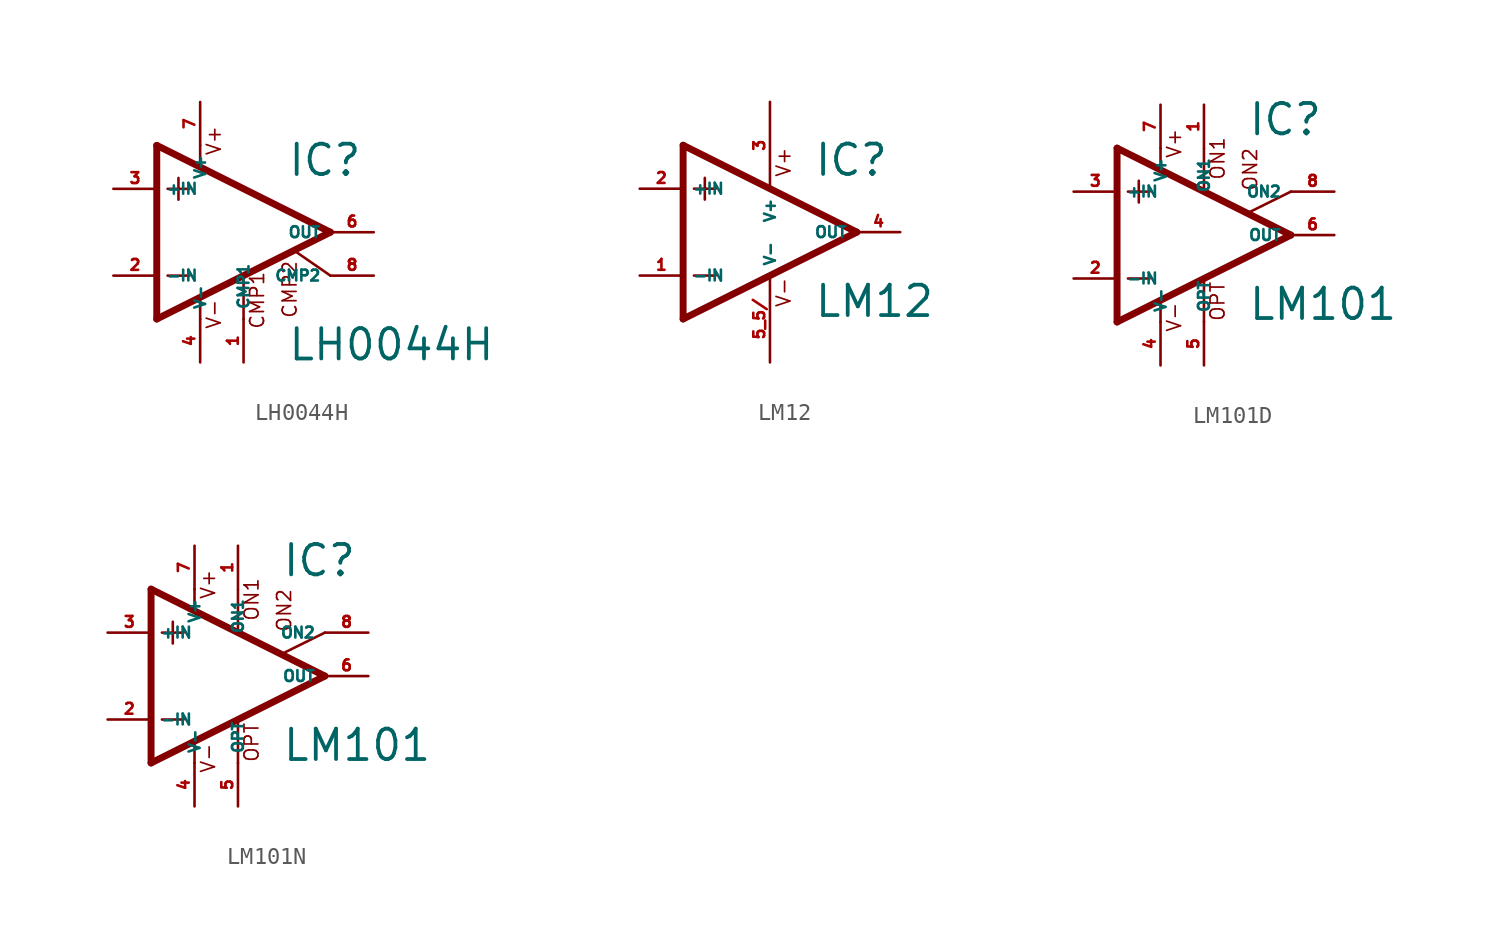
<source format=kicad_sym>
(kicad_symbol_lib
  (version 20220914)
  (generator Eagle2Kicad)
  (symbol "LH0044H"
    (property "Reference" "IC"
      (at 2.54 3.175 0)
      (effects (font (size 1.778 1.778) (thickness 0.22)) (justify left bottom)))
    (property "Value" "LH0044H"
      (at 2.54 -7.62 0)
      (effects (font (size 1.778 1.778) (thickness 0.22)) (justify left bottom)))
    (polyline
      (pts (xy 0 -2.616) (xy 0 -5.08))
      (stroke (width 0.152) (type default))
      (fill (type none)))
    (polyline
      (pts (xy -2.54 5.08) (xy -2.54 3.886))
      (stroke (width 0.152) (type default))
      (fill (type none)))
    (polyline
      (pts (xy -5.08 5.08) (xy -5.08 -5.08))
      (stroke (width 0.406) (type default))
      (fill (type none)))
    (polyline
      (pts (xy -5.08 -5.08) (xy 5.08 0))
      (stroke (width 0.406) (type default))
      (fill (type none)))
    (polyline
      (pts (xy 5.08 0) (xy -5.08 5.08))
      (stroke (width 0.406) (type default))
      (fill (type none)))
    (polyline
      (pts (xy -3.81 3.175) (xy -3.81 1.905))
      (stroke (width 0.152) (type default))
      (fill (type none)))
    (polyline
      (pts (xy -4.445 2.54) (xy -3.175 2.54))
      (stroke (width 0.152) (type default))
      (fill (type none)))
    (polyline
      (pts (xy -4.445 -2.54) (xy -3.175 -2.54))
      (stroke (width 0.152) (type default))
      (fill (type none)))
    (polyline
      (pts (xy 5.08 -2.54) (xy 3.023 -1.118))
      (stroke (width 0.152) (type default))
      (fill (type none)))
    (polyline
      (pts (xy -2.54 -3.886) (xy -2.54 -5.08))
      (stroke (width 0.152) (type default))
      (fill (type none)))
    (text "CMP1"
      (at 1.27 -5.715 900)
      (effects (font (size 0.813 0.813) (thickness 0.10)) (justify left bottom)))
    (text "CMP2"
      (at 3.175 -5.08 900)
      (effects (font (size 0.813 0.813) (thickness 0.10)) (justify left bottom)))
    (text "V+"
      (at -1.27 4.445 900)
      (effects (font (size 0.813 0.813) (thickness 0.10)) (justify left bottom)))
    (text "V-"
      (at -1.27 -5.715 900)
      (effects (font (size 0.813 0.813) (thickness 0.10)) (justify left bottom)))
    (pin passive line
      (at 0 -7.62 90)
      (length 2.54)
      (name "CMP1" (effects (font (size 0.635 0.635) (thickness 0.08)) (justify left bottom)))
      (number "1" (effects (font (size 0.635 0.635) (thickness 0.08)) (justify left bottom))))
    (pin input line
      (at -7.62 -2.54 0)
      (length 2.54)
      (name "-IN" (effects (font (size 0.635 0.635) (thickness 0.08)) (justify left bottom)))
      (number "2" (effects (font (size 0.635 0.635) (thickness 0.08)) (justify left bottom))))
    (pin input line
      (at -7.62 2.54 0)
      (length 2.54)
      (name "+IN" (effects (font (size 0.635 0.635) (thickness 0.08)) (justify left bottom)))
      (number "3" (effects (font (size 0.635 0.635) (thickness 0.08)) (justify left bottom))))
    (pin passive line
      (at 7.62 -2.54 180)
      (length 2.54)
      (name "CMP2" (effects (font (size 0.635 0.635) (thickness 0.08)) (justify left bottom)))
      (number "8" (effects (font (size 0.635 0.635) (thickness 0.08)) (justify left bottom))))
    (pin output line
      (at 7.62 0 180)
      (length 2.54)
      (name "OUT" (effects (font (size 0.635 0.635) (thickness 0.08)) (justify left bottom)))
      (number "6" (effects (font (size 0.635 0.635) (thickness 0.08)) (justify left bottom))))
    (pin unspecified line
      (at -2.54 7.62 270)
      (length 2.54)
      (name "V+" (effects (font (size 0.635 0.635) (thickness 0.08)) (justify left bottom)))
      (number "7" (effects (font (size 0.635 0.635) (thickness 0.08)) (justify left bottom))))
    (pin unspecified line
      (at -2.54 -7.62 90)
      (length 2.54)
      (name "V-" (effects (font (size 0.635 0.635) (thickness 0.08)) (justify left bottom)))
      (number "4" (effects (font (size 0.635 0.635) (thickness 0.08)) (justify left bottom)))))
  (symbol "LM12"
    (property "Reference" "IC"
      (at 2.54 3.175 0)
      (effects (font (size 1.778 1.778) (thickness 0.22)) (justify left bottom)))
    (property "Value" "LM12"
      (at 2.54 -5.08 0)
      (effects (font (size 1.778 1.778) (thickness 0.22)) (justify left bottom)))
    (polyline
      (pts (xy -5.08 5.08) (xy -5.08 -5.08))
      (stroke (width 0.406) (type default))
      (fill (type none)))
    (polyline
      (pts (xy -5.08 -5.08) (xy 5.08 0))
      (stroke (width 0.406) (type default))
      (fill (type none)))
    (polyline
      (pts (xy 5.08 0) (xy -5.08 5.08))
      (stroke (width 0.406) (type default))
      (fill (type none)))
    (polyline
      (pts (xy -3.81 3.175) (xy -3.81 1.905))
      (stroke (width 0.152) (type default))
      (fill (type none)))
    (polyline
      (pts (xy -4.445 2.54) (xy -3.175 2.54))
      (stroke (width 0.152) (type default))
      (fill (type none)))
    (polyline
      (pts (xy -4.445 -2.54) (xy -3.175 -2.54))
      (stroke (width 0.152) (type default))
      (fill (type none)))
    (text "V+"
      (at 1.27 3.175 900)
      (effects (font (size 0.813 0.813) (thickness 0.10)) (justify left bottom)))
    (text "V-"
      (at 1.27 -4.445 900)
      (effects (font (size 0.813 0.813) (thickness 0.10)) (justify left bottom)))
    (pin input line
      (at -7.62 -2.54 0)
      (length 2.54)
      (name "-IN" (effects (font (size 0.635 0.635) (thickness 0.08)) (justify left bottom)))
      (number "1" (effects (font (size 0.635 0.635) (thickness 0.08)) (justify left bottom))))
    (pin input line
      (at -7.62 2.54 0)
      (length 2.54)
      (name "+IN" (effects (font (size 0.635 0.635) (thickness 0.08)) (justify left bottom)))
      (number "2" (effects (font (size 0.635 0.635) (thickness 0.08)) (justify left bottom))))
    (pin output line
      (at 7.62 0 180)
      (length 2.54)
      (name "OUT" (effects (font (size 0.635 0.635) (thickness 0.08)) (justify left bottom)))
      (number "4" (effects (font (size 0.635 0.635) (thickness 0.08)) (justify left bottom))))
    (pin unspecified line
      (at 0 7.62 270)
      (length 5.08)
      (name "V+" (effects (font (size 0.635 0.635) (thickness 0.08)) (justify left bottom)))
      (number "3" (effects (font (size 0.635 0.635) (thickness 0.08)) (justify left bottom))))
    (pin unspecified line
      (at 0 -7.62 90)
      (length 5.08)
      (name "V-" (effects (font (size 0.635 0.635) (thickness 0.08)) (justify left bottom)))
      (number "5 5/" (effects (font (size 0.635 0.635) (thickness 0.08)) (justify left bottom)))))
  (symbol "LM101D"
    (property "Reference" "IC"
      (at 2.54 5.715 0)
      (effects (font (size 1.778 1.778) (thickness 0.22)) (justify left bottom)))
    (property "Value" "LM101"
      (at 2.54 -5.08 0)
      (effects (font (size 1.778 1.778) (thickness 0.22)) (justify left bottom)))
    (polyline
      (pts (xy -3.81 3.175) (xy -3.81 1.905))
      (stroke (width 0.152) (type default))
      (fill (type none)))
    (polyline
      (pts (xy -4.445 2.54) (xy -3.175 2.54))
      (stroke (width 0.152) (type default))
      (fill (type none)))
    (polyline
      (pts (xy -4.445 -2.54) (xy -3.175 -2.54))
      (stroke (width 0.152) (type default))
      (fill (type none)))
    (polyline
      (pts (xy -2.54 5.08) (xy -2.54 3.886))
      (stroke (width 0.152) (type default))
      (fill (type none)))
    (polyline
      (pts (xy 0 5.055) (xy 0 2.616))
      (stroke (width 0.152) (type default))
      (fill (type none)))
    (polyline
      (pts (xy 0 -2.616) (xy 0 -5.08))
      (stroke (width 0.152) (type default))
      (fill (type none)))
    (polyline
      (pts (xy -2.54 -3.912) (xy -2.54 -5.08))
      (stroke (width 0.152) (type default))
      (fill (type none)))
    (polyline
      (pts (xy 5.08 2.54) (xy 2.616 1.321))
      (stroke (width 0.152) (type default))
      (fill (type none)))
    (polyline
      (pts (xy 5.08 0) (xy -5.08 5.08))
      (stroke (width 0.406) (type default))
      (fill (type none)))
    (polyline
      (pts (xy -5.08 5.08) (xy -5.08 -5.08))
      (stroke (width 0.406) (type default))
      (fill (type none)))
    (polyline
      (pts (xy -5.08 -5.08) (xy 5.08 0))
      (stroke (width 0.406) (type default))
      (fill (type none)))
    (text "ON1"
      (at 1.27 3.175 900)
      (effects (font (size 0.813 0.813) (thickness 0.10)) (justify left bottom)))
    (text "ON2"
      (at 3.175 2.54 900)
      (effects (font (size 0.813 0.813) (thickness 0.10)) (justify left bottom)))
    (text "OPT"
      (at 1.27 -5.08 900)
      (effects (font (size 0.813 0.813) (thickness 0.10)) (justify left bottom)))
    (text "V+"
      (at -1.27 4.445 900)
      (effects (font (size 0.813 0.813) (thickness 0.10)) (justify left bottom)))
    (text "V-"
      (at -1.27 -5.715 900)
      (effects (font (size 0.813 0.813) (thickness 0.10)) (justify left bottom)))
    (pin passive line
      (at 7.62 2.54 180)
      (length 2.54)
      (name "ON2" (effects (font (size 0.635 0.635) (thickness 0.08)) (justify left bottom)))
      (number "8" (effects (font (size 0.635 0.635) (thickness 0.08)) (justify left bottom))))
    (pin passive line
      (at 0 7.62 270)
      (length 2.54)
      (name "ON1" (effects (font (size 0.635 0.635) (thickness 0.08)) (justify left bottom)))
      (number "1" (effects (font (size 0.635 0.635) (thickness 0.08)) (justify left bottom))))
    (pin input line
      (at -7.62 -2.54 0)
      (length 2.54)
      (name "-IN" (effects (font (size 0.635 0.635) (thickness 0.08)) (justify left bottom)))
      (number "2" (effects (font (size 0.635 0.635) (thickness 0.08)) (justify left bottom))))
    (pin input line
      (at -7.62 2.54 0)
      (length 2.54)
      (name "+IN" (effects (font (size 0.635 0.635) (thickness 0.08)) (justify left bottom)))
      (number "3" (effects (font (size 0.635 0.635) (thickness 0.08)) (justify left bottom))))
    (pin output line
      (at 7.62 0 180)
      (length 2.54)
      (name "OUT" (effects (font (size 0.635 0.635) (thickness 0.08)) (justify left bottom)))
      (number "6" (effects (font (size 0.635 0.635) (thickness 0.08)) (justify left bottom))))
    (pin passive line
      (at 0 -7.62 90)
      (length 2.54)
      (name "OPT" (effects (font (size 0.635 0.635) (thickness 0.08)) (justify left bottom)))
      (number "5" (effects (font (size 0.635 0.635) (thickness 0.08)) (justify left bottom))))
    (pin unspecified line
      (at -2.54 7.62 270)
      (length 2.54)
      (name "V+" (effects (font (size 0.635 0.635) (thickness 0.08)) (justify left bottom)))
      (number "7" (effects (font (size 0.635 0.635) (thickness 0.08)) (justify left bottom))))
    (pin unspecified line
      (at -2.54 -7.62 90)
      (length 2.54)
      (name "V-" (effects (font (size 0.635 0.635) (thickness 0.08)) (justify left bottom)))
      (number "4" (effects (font (size 0.635 0.635) (thickness 0.08)) (justify left bottom)))))
  (symbol "LM101N"
    (property "Reference" "IC"
      (at 2.54 5.715 0)
      (effects (font (size 1.778 1.778) (thickness 0.22)) (justify left bottom)))
    (property "Value" "LM101"
      (at 2.54 -5.08 0)
      (effects (font (size 1.778 1.778) (thickness 0.22)) (justify left bottom)))
    (polyline
      (pts (xy -3.81 3.175) (xy -3.81 1.905))
      (stroke (width 0.152) (type default))
      (fill (type none)))
    (polyline
      (pts (xy -4.445 2.54) (xy -3.175 2.54))
      (stroke (width 0.152) (type default))
      (fill (type none)))
    (polyline
      (pts (xy -4.445 -2.54) (xy -3.175 -2.54))
      (stroke (width 0.152) (type default))
      (fill (type none)))
    (polyline
      (pts (xy -2.54 5.08) (xy -2.54 3.886))
      (stroke (width 0.152) (type default))
      (fill (type none)))
    (polyline
      (pts (xy 0 5.055) (xy 0 2.616))
      (stroke (width 0.152) (type default))
      (fill (type none)))
    (polyline
      (pts (xy 0 -2.616) (xy 0 -5.08))
      (stroke (width 0.152) (type default))
      (fill (type none)))
    (polyline
      (pts (xy -2.54 -3.912) (xy -2.54 -5.08))
      (stroke (width 0.152) (type default))
      (fill (type none)))
    (polyline
      (pts (xy 5.08 2.54) (xy 2.616 1.321))
      (stroke (width 0.152) (type default))
      (fill (type none)))
    (polyline
      (pts (xy 5.08 0) (xy -5.08 5.08))
      (stroke (width 0.406) (type default))
      (fill (type none)))
    (polyline
      (pts (xy -5.08 5.08) (xy -5.08 -5.08))
      (stroke (width 0.406) (type default))
      (fill (type none)))
    (polyline
      (pts (xy -5.08 -5.08) (xy 5.08 0))
      (stroke (width 0.406) (type default))
      (fill (type none)))
    (text "ON1"
      (at 1.27 3.175 900)
      (effects (font (size 0.813 0.813) (thickness 0.10)) (justify left bottom)))
    (text "ON2"
      (at 3.175 2.54 900)
      (effects (font (size 0.813 0.813) (thickness 0.10)) (justify left bottom)))
    (text "OPT"
      (at 1.27 -5.08 900)
      (effects (font (size 0.813 0.813) (thickness 0.10)) (justify left bottom)))
    (text "V+"
      (at -1.27 4.445 900)
      (effects (font (size 0.813 0.813) (thickness 0.10)) (justify left bottom)))
    (text "V-"
      (at -1.27 -5.715 900)
      (effects (font (size 0.813 0.813) (thickness 0.10)) (justify left bottom)))
    (pin passive line
      (at 7.62 2.54 180)
      (length 2.54)
      (name "ON2" (effects (font (size 0.635 0.635) (thickness 0.08)) (justify left bottom)))
      (number "8" (effects (font (size 0.635 0.635) (thickness 0.08)) (justify left bottom))))
    (pin passive line
      (at 0 7.62 270)
      (length 2.54)
      (name "ON1" (effects (font (size 0.635 0.635) (thickness 0.08)) (justify left bottom)))
      (number "1" (effects (font (size 0.635 0.635) (thickness 0.08)) (justify left bottom))))
    (pin input line
      (at -7.62 -2.54 0)
      (length 2.54)
      (name "-IN" (effects (font (size 0.635 0.635) (thickness 0.08)) (justify left bottom)))
      (number "2" (effects (font (size 0.635 0.635) (thickness 0.08)) (justify left bottom))))
    (pin input line
      (at -7.62 2.54 0)
      (length 2.54)
      (name "+IN" (effects (font (size 0.635 0.635) (thickness 0.08)) (justify left bottom)))
      (number "3" (effects (font (size 0.635 0.635) (thickness 0.08)) (justify left bottom))))
    (pin output line
      (at 7.62 0 180)
      (length 2.54)
      (name "OUT" (effects (font (size 0.635 0.635) (thickness 0.08)) (justify left bottom)))
      (number "6" (effects (font (size 0.635 0.635) (thickness 0.08)) (justify left bottom))))
    (pin passive line
      (at 0 -7.62 90)
      (length 2.54)
      (name "OPT" (effects (font (size 0.635 0.635) (thickness 0.08)) (justify left bottom)))
      (number "5" (effects (font (size 0.635 0.635) (thickness 0.08)) (justify left bottom))))
    (pin unspecified line
      (at -2.54 7.62 270)
      (length 2.54)
      (name "V+" (effects (font (size 0.635 0.635) (thickness 0.08)) (justify left bottom)))
      (number "7" (effects (font (size 0.635 0.635) (thickness 0.08)) (justify left bottom))))
    (pin unspecified line
      (at -2.54 -7.62 90)
      (length 2.54)
      (name "V-" (effects (font (size 0.635 0.635) (thickness 0.08)) (justify left bottom)))
      (number "4" (effects (font (size 0.635 0.635) (thickness 0.08)) (justify left bottom))))))
</source>
